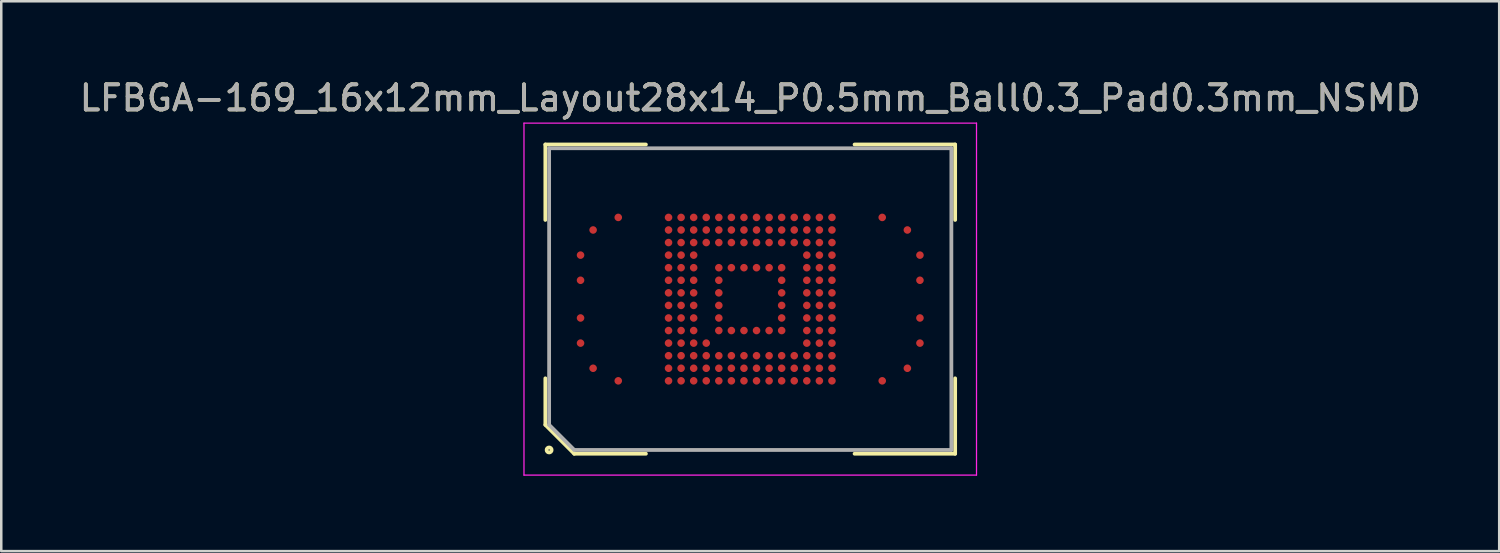
<source format=kicad_pcb>
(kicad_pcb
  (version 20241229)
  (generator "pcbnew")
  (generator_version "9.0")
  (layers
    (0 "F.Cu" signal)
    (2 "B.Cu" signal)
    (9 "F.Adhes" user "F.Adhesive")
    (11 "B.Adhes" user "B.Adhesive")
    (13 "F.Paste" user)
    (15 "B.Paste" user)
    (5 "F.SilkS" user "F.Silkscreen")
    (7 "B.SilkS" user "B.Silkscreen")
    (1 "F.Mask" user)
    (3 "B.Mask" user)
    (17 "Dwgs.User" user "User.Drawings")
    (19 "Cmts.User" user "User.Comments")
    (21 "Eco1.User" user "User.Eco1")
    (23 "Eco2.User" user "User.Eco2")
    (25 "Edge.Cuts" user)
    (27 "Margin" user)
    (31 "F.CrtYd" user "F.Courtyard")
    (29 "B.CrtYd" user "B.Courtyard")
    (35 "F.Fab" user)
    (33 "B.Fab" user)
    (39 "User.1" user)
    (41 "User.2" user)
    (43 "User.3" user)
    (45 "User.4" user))
  (footprint "LFBGA-169_16x12mm_Layout28x14_P0.5mm_Ball0.3_Pad0.3mm_NSMD"
    (layer "F.Cu")
    (at 26.792 8.848)
    (property "Reference" "LFBGA-169_16x12mm_Layout28x14_P0.5mm_Ball0.3_Pad0.3mm_NSMD" (at 0 -8 0) (layer "F.SilkS") (effects (font (size 1 1) (thickness 0.15))))
    (attr smd)
    (fp_line (start -8.15 -6.15) (end -4.15 -6.15) (stroke (width 0.15) (type solid)) (layer "F.SilkS"))
    (fp_line (start -8.15 -3.15) (end -8.15 -6.15) (stroke (width 0.15) (type solid)) (layer "F.SilkS"))
    (fp_line (start -8.15 3.15) (end -8.15 5) (stroke (width 0.15) (type solid)) (layer "F.SilkS"))
    (fp_line (start -8.15 5) (end -7 6.15) (stroke (width 0.15) (type solid)) (layer "F.SilkS"))
    (fp_line (start -7 6.15) (end -4.15 6.15) (stroke (width 0.15) (type solid)) (layer "F.SilkS"))
    (fp_line (start 8.15 -6.15) (end 4.15 -6.15) (stroke (width 0.15) (type solid)) (layer "F.SilkS"))
    (fp_line (start 8.15 -3.15) (end 8.15 -6.15) (stroke (width 0.15) (type solid)) (layer "F.SilkS"))
    (fp_line (start 8.15 3.15) (end 8.15 6.15) (stroke (width 0.15) (type solid)) (layer "F.SilkS"))
    (fp_line (start 8.15 6.15) (end 4.15 6.15) (stroke (width 0.15) (type solid)) (layer "F.SilkS"))
    (fp_circle (center -8 6) (end -8 6.1) (stroke (width 0.15) (type solid)) (fill no) (layer "F.SilkS"))
    (fp_line (start -9 -7) (end 9 -7) (stroke (width 0.05) (type solid)) (layer "F.CrtYd"))
    (fp_line (start -9 7) (end -9 -7) (stroke (width 0.05) (type solid)) (layer "F.CrtYd"))
    (fp_line (start 9 -7) (end 9 7) (stroke (width 0.05) (type solid)) (layer "F.CrtYd"))
    (fp_line (start 9 7) (end -9 7) (stroke (width 0.05) (type solid)) (layer "F.CrtYd"))
    (fp_line (start -8 -6) (end -8 5) (stroke (width 0.15) (type solid)) (layer "F.Fab"))
    (fp_line (start -8 5) (end -7 6) (stroke (width 0.15) (type solid)) (layer "F.Fab"))
    (fp_line (start -7 6) (end 8 6) (stroke (width 0.15) (type solid)) (layer "F.Fab"))
    (fp_line (start 8 -6) (end -8 -6) (stroke (width 0.15) (type solid)) (layer "F.Fab"))
    (fp_line (start 8 6) (end 8 -6) (stroke (width 0.15) (type solid)) (layer "F.Fab"))
    (fp_text user "${REFERENCE}" (at 0 -8 0) (layer "F.Fab") (effects (font (size 1 1) (thickness 0.15))))
    (pad "A4" smd circle (at -6.75 1.75 90) (size 0.3 0.3) (layers "F.Cu" "F.Mask" "F.Paste"))
    (pad "A6" smd circle (at -6.75 0.75 90) (size 0.3 0.3) (layers "F.Cu" "F.Mask" "F.Paste"))
    (pad "A9" smd circle (at -6.75 -0.75 90) (size 0.3 0.3) (layers "F.Cu" "F.Mask" "F.Paste"))
    (pad "A11" smd circle (at -6.75 -1.75 90) (size 0.3 0.3) (layers "F.Cu" "F.Mask" "F.Paste"))
    (pad "AA1" smd circle (at 3.25 3.25 90) (size 0.3 0.3) (layers "F.Cu" "F.Mask" "F.Paste"))
    (pad "AA2" smd circle (at 3.25 2.75 90) (size 0.3 0.3) (layers "F.Cu" "F.Mask" "F.Paste"))
    (pad "AA3" smd circle (at 3.25 2.25 90) (size 0.3 0.3) (layers "F.Cu" "F.Mask" "F.Paste"))
    (pad "AA4" smd circle (at 3.25 1.75 90) (size 0.3 0.3) (layers "F.Cu" "F.Mask" "F.Paste"))
    (pad "AA5" smd circle (at 3.25 1.25 90) (size 0.3 0.3) (layers "F.Cu" "F.Mask" "F.Paste"))
    (pad "AA6" smd circle (at 3.25 0.75 90) (size 0.3 0.3) (layers "F.Cu" "F.Mask" "F.Paste"))
    (pad "AA7" smd circle (at 3.25 0.25 90) (size 0.3 0.3) (layers "F.Cu" "F.Mask" "F.Paste"))
    (pad "AA8" smd circle (at 3.25 -0.25 90) (size 0.3 0.3) (layers "F.Cu" "F.Mask" "F.Paste"))
    (pad "AA9" smd circle (at 3.25 -0.75 90) (size 0.3 0.3) (layers "F.Cu" "F.Mask" "F.Paste"))
    (pad "AA10" smd circle (at 3.25 -1.25 90) (size 0.3 0.3) (layers "F.Cu" "F.Mask" "F.Paste"))
    (pad "AA11" smd circle (at 3.25 -1.75 90) (size 0.3 0.3) (layers "F.Cu" "F.Mask" "F.Paste"))
    (pad "AA12" smd circle (at 3.25 -2.25 90) (size 0.3 0.3) (layers "F.Cu" "F.Mask" "F.Paste"))
    (pad "AA13" smd circle (at 3.25 -2.75 90) (size 0.3 0.3) (layers "F.Cu" "F.Mask" "F.Paste"))
    (pad "AA14" smd circle (at 3.25 -3.25 90) (size 0.3 0.3) (layers "F.Cu" "F.Mask" "F.Paste"))
    (pad "AE1" smd circle (at 5.25 3.25 90) (size 0.3 0.3) (layers "F.Cu" "F.Mask" "F.Paste"))
    (pad "AE14" smd circle (at 5.25 -3.25 90) (size 0.3 0.3) (layers "F.Cu" "F.Mask" "F.Paste"))
    (pad "AG2" smd circle (at 6.25 2.75 90) (size 0.3 0.3) (layers "F.Cu" "F.Mask" "F.Paste"))
    (pad "AG13" smd circle (at 6.25 -2.75 90) (size 0.3 0.3) (layers "F.Cu" "F.Mask" "F.Paste"))
    (pad "AH4" smd circle (at 6.75 1.75 90) (size 0.3 0.3) (layers "F.Cu" "F.Mask" "F.Paste"))
    (pad "AH6" smd circle (at 6.75 0.75 90) (size 0.3 0.3) (layers "F.Cu" "F.Mask" "F.Paste"))
    (pad "AH9" smd circle (at 6.75 -0.75 90) (size 0.3 0.3) (layers "F.Cu" "F.Mask" "F.Paste"))
    (pad "AH11" smd circle (at 6.75 -1.75 90) (size 0.3 0.3) (layers "F.Cu" "F.Mask" "F.Paste"))
    (pad "B2" smd circle (at -6.25 2.75 90) (size 0.3 0.3) (layers "F.Cu" "F.Mask" "F.Paste"))
    (pad "B13" smd circle (at -6.25 -2.75 90) (size 0.3 0.3) (layers "F.Cu" "F.Mask" "F.Paste"))
    (pad "D1" smd circle (at -5.25 3.25 90) (size 0.3 0.3) (layers "F.Cu" "F.Mask" "F.Paste"))
    (pad "D14" smd circle (at -5.25 -3.25 90) (size 0.3 0.3) (layers "F.Cu" "F.Mask" "F.Paste"))
    (pad "H1" smd circle (at -3.25 3.25 90) (size 0.3 0.3) (layers "F.Cu" "F.Mask" "F.Paste"))
    (pad "H2" smd circle (at -3.25 2.75 90) (size 0.3 0.3) (layers "F.Cu" "F.Mask" "F.Paste"))
    (pad "H3" smd circle (at -3.25 2.25 90) (size 0.3 0.3) (layers "F.Cu" "F.Mask" "F.Paste"))
    (pad "H4" smd circle (at -3.25 1.75 90) (size 0.3 0.3) (layers "F.Cu" "F.Mask" "F.Paste"))
    (pad "H5" smd circle (at -3.25 1.25 90) (size 0.3 0.3) (layers "F.Cu" "F.Mask" "F.Paste"))
    (pad "H6" smd circle (at -3.25 0.75 90) (size 0.3 0.3) (layers "F.Cu" "F.Mask" "F.Paste"))
    (pad "H7" smd circle (at -3.25 0.25 90) (size 0.3 0.3) (layers "F.Cu" "F.Mask" "F.Paste"))
    (pad "H8" smd circle (at -3.25 -0.25 90) (size 0.3 0.3) (layers "F.Cu" "F.Mask" "F.Paste"))
    (pad "H9" smd circle (at -3.25 -0.75 90) (size 0.3 0.3) (layers "F.Cu" "F.Mask" "F.Paste"))
    (pad "H10" smd circle (at -3.25 -1.25 90) (size 0.3 0.3) (layers "F.Cu" "F.Mask" "F.Paste"))
    (pad "H11" smd circle (at -3.25 -1.75 90) (size 0.3 0.3) (layers "F.Cu" "F.Mask" "F.Paste"))
    (pad "H12" smd circle (at -3.25 -2.25 90) (size 0.3 0.3) (layers "F.Cu" "F.Mask" "F.Paste"))
    (pad "H13" smd circle (at -3.25 -2.75 90) (size 0.3 0.3) (layers "F.Cu" "F.Mask" "F.Paste"))
    (pad "H14" smd circle (at -3.25 -3.25 90) (size 0.3 0.3) (layers "F.Cu" "F.Mask" "F.Paste"))
    (pad "J1" smd circle (at -2.75 3.25 90) (size 0.3 0.3) (layers "F.Cu" "F.Mask" "F.Paste"))
    (pad "J2" smd circle (at -2.75 2.75 90) (size 0.3 0.3) (layers "F.Cu" "F.Mask" "F.Paste"))
    (pad "J3" smd circle (at -2.75 2.25 90) (size 0.3 0.3) (layers "F.Cu" "F.Mask" "F.Paste"))
    (pad "J4" smd circle (at -2.75 1.75 90) (size 0.3 0.3) (layers "F.Cu" "F.Mask" "F.Paste"))
    (pad "J5" smd circle (at -2.75 1.25 90) (size 0.3 0.3) (layers "F.Cu" "F.Mask" "F.Paste"))
    (pad "J6" smd circle (at -2.75 0.75 90) (size 0.3 0.3) (layers "F.Cu" "F.Mask" "F.Paste"))
    (pad "J7" smd circle (at -2.75 0.25 90) (size 0.3 0.3) (layers "F.Cu" "F.Mask" "F.Paste"))
    (pad "J8" smd circle (at -2.75 -0.25 90) (size 0.3 0.3) (layers "F.Cu" "F.Mask" "F.Paste"))
    (pad "J9" smd circle (at -2.75 -0.75 90) (size 0.3 0.3) (layers "F.Cu" "F.Mask" "F.Paste"))
    (pad "J10" smd circle (at -2.75 -1.25 90) (size 0.3 0.3) (layers "F.Cu" "F.Mask" "F.Paste"))
    (pad "J11" smd circle (at -2.75 -1.75 90) (size 0.3 0.3) (layers "F.Cu" "F.Mask" "F.Paste"))
    (pad "J12" smd circle (at -2.75 -2.25 90) (size 0.3 0.3) (layers "F.Cu" "F.Mask" "F.Paste"))
    (pad "J13" smd circle (at -2.75 -2.75 90) (size 0.3 0.3) (layers "F.Cu" "F.Mask" "F.Paste"))
    (pad "J14" smd circle (at -2.75 -3.25 90) (size 0.3 0.3) (layers "F.Cu" "F.Mask" "F.Paste"))
    (pad "K1" smd circle (at -2.25 3.25 90) (size 0.3 0.3) (layers "F.Cu" "F.Mask" "F.Paste"))
    (pad "K2" smd circle (at -2.25 2.75 90) (size 0.3 0.3) (layers "F.Cu" "F.Mask" "F.Paste"))
    (pad "K3" smd circle (at -2.25 2.25 90) (size 0.3 0.3) (layers "F.Cu" "F.Mask" "F.Paste"))
    (pad "K4" smd circle (at -2.25 1.75 90) (size 0.3 0.3) (layers "F.Cu" "F.Mask" "F.Paste"))
    (pad "K5" smd circle (at -2.25 1.25 90) (size 0.3 0.3) (layers "F.Cu" "F.Mask" "F.Paste"))
    (pad "K6" smd circle (at -2.25 0.75 90) (size 0.3 0.3) (layers "F.Cu" "F.Mask" "F.Paste"))
    (pad "K7" smd circle (at -2.25 0.25 90) (size 0.3 0.3) (layers "F.Cu" "F.Mask" "F.Paste"))
    (pad "K8" smd circle (at -2.25 -0.25 90) (size 0.3 0.3) (layers "F.Cu" "F.Mask" "F.Paste"))
    (pad "K9" smd circle (at -2.25 -0.75 90) (size 0.3 0.3) (layers "F.Cu" "F.Mask" "F.Paste"))
    (pad "K10" smd circle (at -2.25 -1.25 90) (size 0.3 0.3) (layers "F.Cu" "F.Mask" "F.Paste"))
    (pad "K11" smd circle (at -2.25 -1.75 90) (size 0.3 0.3) (layers "F.Cu" "F.Mask" "F.Paste"))
    (pad "K12" smd circle (at -2.25 -2.25 90) (size 0.3 0.3) (layers "F.Cu" "F.Mask" "F.Paste"))
    (pad "K13" smd circle (at -2.25 -2.75 90) (size 0.3 0.3) (layers "F.Cu" "F.Mask" "F.Paste"))
    (pad "K14" smd circle (at -2.25 -3.25 90) (size 0.3 0.3) (layers "F.Cu" "F.Mask" "F.Paste"))
    (pad "L1" smd circle (at -1.75 3.25 90) (size 0.3 0.3) (layers "F.Cu" "F.Mask" "F.Paste"))
    (pad "L2" smd circle (at -1.75 2.75 90) (size 0.3 0.3) (layers "F.Cu" "F.Mask" "F.Paste"))
    (pad "L3" smd circle (at -1.75 2.25 90) (size 0.3 0.3) (layers "F.Cu" "F.Mask" "F.Paste"))
    (pad "L4" smd circle (at -1.75 1.75 90) (size 0.3 0.3) (layers "F.Cu" "F.Mask" "F.Paste"))
    (pad "L12" smd circle (at -1.75 -2.25 90) (size 0.3 0.3) (layers "F.Cu" "F.Mask" "F.Paste"))
    (pad "L13" smd circle (at -1.75 -2.75 90) (size 0.3 0.3) (layers "F.Cu" "F.Mask" "F.Paste"))
    (pad "L14" smd circle (at -1.75 -3.25 90) (size 0.3 0.3) (layers "F.Cu" "F.Mask" "F.Paste"))
    (pad "M1" smd circle (at -1.25 3.25 90) (size 0.3 0.3) (layers "F.Cu" "F.Mask" "F.Paste"))
    (pad "M2" smd circle (at -1.25 2.75 90) (size 0.3 0.3) (layers "F.Cu" "F.Mask" "F.Paste"))
    (pad "M3" smd circle (at -1.25 2.25 90) (size 0.3 0.3) (layers "F.Cu" "F.Mask" "F.Paste"))
    (pad "M5" smd circle (at -1.25 1.25 90) (size 0.3 0.3) (layers "F.Cu" "F.Mask" "F.Paste"))
    (pad "M6" smd circle (at -1.25 0.75 90) (size 0.3 0.3) (layers "F.Cu" "F.Mask" "F.Paste"))
    (pad "M7" smd circle (at -1.25 0.25 90) (size 0.3 0.3) (layers "F.Cu" "F.Mask" "F.Paste"))
    (pad "M8" smd circle (at -1.25 -0.25 90) (size 0.3 0.3) (layers "F.Cu" "F.Mask" "F.Paste"))
    (pad "M9" smd circle (at -1.25 -0.75 90) (size 0.3 0.3) (layers "F.Cu" "F.Mask" "F.Paste"))
    (pad "M10" smd circle (at -1.25 -1.25 90) (size 0.3 0.3) (layers "F.Cu" "F.Mask" "F.Paste"))
    (pad "M12" smd circle (at -1.25 -2.25 90) (size 0.3 0.3) (layers "F.Cu" "F.Mask" "F.Paste"))
    (pad "M13" smd circle (at -1.25 -2.75 90) (size 0.3 0.3) (layers "F.Cu" "F.Mask" "F.Paste"))
    (pad "M14" smd circle (at -1.25 -3.25 90) (size 0.3 0.3) (layers "F.Cu" "F.Mask" "F.Paste"))
    (pad "N1" smd circle (at -0.75 3.25 90) (size 0.3 0.3) (layers "F.Cu" "F.Mask" "F.Paste"))
    (pad "N2" smd circle (at -0.75 2.75 90) (size 0.3 0.3) (layers "F.Cu" "F.Mask" "F.Paste"))
    (pad "N3" smd circle (at -0.75 2.25 90) (size 0.3 0.3) (layers "F.Cu" "F.Mask" "F.Paste"))
    (pad "N5" smd circle (at -0.75 1.25 90) (size 0.3 0.3) (layers "F.Cu" "F.Mask" "F.Paste"))
    (pad "N10" smd circle (at -0.75 -1.25 90) (size 0.3 0.3) (layers "F.Cu" "F.Mask" "F.Paste"))
    (pad "N12" smd circle (at -0.75 -2.25 90) (size 0.3 0.3) (layers "F.Cu" "F.Mask" "F.Paste"))
    (pad "N13" smd circle (at -0.75 -2.75 90) (size 0.3 0.3) (layers "F.Cu" "F.Mask" "F.Paste"))
    (pad "N14" smd circle (at -0.75 -3.25 90) (size 0.3 0.3) (layers "F.Cu" "F.Mask" "F.Paste"))
    (pad "P1" smd circle (at -0.25 3.25 90) (size 0.3 0.3) (layers "F.Cu" "F.Mask" "F.Paste"))
    (pad "P2" smd circle (at -0.25 2.75 90) (size 0.3 0.3) (layers "F.Cu" "F.Mask" "F.Paste"))
    (pad "P3" smd circle (at -0.25 2.25 90) (size 0.3 0.3) (layers "F.Cu" "F.Mask" "F.Paste"))
    (pad "P5" smd circle (at -0.25 1.25 90) (size 0.3 0.3) (layers "F.Cu" "F.Mask" "F.Paste"))
    (pad "P10" smd circle (at -0.25 -1.25 90) (size 0.3 0.3) (layers "F.Cu" "F.Mask" "F.Paste"))
    (pad "P12" smd circle (at -0.25 -2.25 90) (size 0.3 0.3) (layers "F.Cu" "F.Mask" "F.Paste"))
    (pad "P13" smd circle (at -0.25 -2.75 90) (size 0.3 0.3) (layers "F.Cu" "F.Mask" "F.Paste"))
    (pad "P14" smd circle (at -0.25 -3.25 90) (size 0.3 0.3) (layers "F.Cu" "F.Mask" "F.Paste"))
    (pad "R1" smd circle (at 0.25 3.25 90) (size 0.3 0.3) (layers "F.Cu" "F.Mask" "F.Paste"))
    (pad "R2" smd circle (at 0.25 2.75 90) (size 0.3 0.3) (layers "F.Cu" "F.Mask" "F.Paste"))
    (pad "R3" smd circle (at 0.25 2.25 90) (size 0.3 0.3) (layers "F.Cu" "F.Mask" "F.Paste"))
    (pad "R5" smd circle (at 0.25 1.25 90) (size 0.3 0.3) (layers "F.Cu" "F.Mask" "F.Paste"))
    (pad "R10" smd circle (at 0.25 -1.25 90) (size 0.3 0.3) (layers "F.Cu" "F.Mask" "F.Paste"))
    (pad "R12" smd circle (at 0.25 -2.25 90) (size 0.3 0.3) (layers "F.Cu" "F.Mask" "F.Paste"))
    (pad "R13" smd circle (at 0.25 -2.75 90) (size 0.3 0.3) (layers "F.Cu" "F.Mask" "F.Paste"))
    (pad "R14" smd circle (at 0.25 -3.25 90) (size 0.3 0.3) (layers "F.Cu" "F.Mask" "F.Paste"))
    (pad "T1" smd circle (at 0.75 3.25 90) (size 0.3 0.3) (layers "F.Cu" "F.Mask" "F.Paste"))
    (pad "T2" smd circle (at 0.75 2.75 90) (size 0.3 0.3) (layers "F.Cu" "F.Mask" "F.Paste"))
    (pad "T3" smd circle (at 0.75 2.25 90) (size 0.3 0.3) (layers "F.Cu" "F.Mask" "F.Paste"))
    (pad "T5" smd circle (at 0.75 1.25 90) (size 0.3 0.3) (layers "F.Cu" "F.Mask" "F.Paste"))
    (pad "T10" smd circle (at 0.75 -1.25 90) (size 0.3 0.3) (layers "F.Cu" "F.Mask" "F.Paste"))
    (pad "T12" smd circle (at 0.75 -2.25 90) (size 0.3 0.3) (layers "F.Cu" "F.Mask" "F.Paste"))
    (pad "T13" smd circle (at 0.75 -2.75 90) (size 0.3 0.3) (layers "F.Cu" "F.Mask" "F.Paste"))
    (pad "T14" smd circle (at 0.75 -3.25 90) (size 0.3 0.3) (layers "F.Cu" "F.Mask" "F.Paste"))
    (pad "U1" smd circle (at 1.25 3.25 90) (size 0.3 0.3) (layers "F.Cu" "F.Mask" "F.Paste"))
    (pad "U2" smd circle (at 1.25 2.75 90) (size 0.3 0.3) (layers "F.Cu" "F.Mask" "F.Paste"))
    (pad "U3" smd circle (at 1.25 2.25 90) (size 0.3 0.3) (layers "F.Cu" "F.Mask" "F.Paste"))
    (pad "U5" smd circle (at 1.25 1.25 90) (size 0.3 0.3) (layers "F.Cu" "F.Mask" "F.Paste"))
    (pad "U6" smd circle (at 1.25 0.75 90) (size 0.3 0.3) (layers "F.Cu" "F.Mask" "F.Paste"))
    (pad "U7" smd circle (at 1.25 0.25 90) (size 0.3 0.3) (layers "F.Cu" "F.Mask" "F.Paste"))
    (pad "U8" smd circle (at 1.25 -0.25 90) (size 0.3 0.3) (layers "F.Cu" "F.Mask" "F.Paste"))
    (pad "U9" smd circle (at 1.25 -0.75 90) (size 0.3 0.3) (layers "F.Cu" "F.Mask" "F.Paste"))
    (pad "U10" smd circle (at 1.25 -1.25 90) (size 0.3 0.3) (layers "F.Cu" "F.Mask" "F.Paste"))
    (pad "U12" smd circle (at 1.25 -2.25 90) (size 0.3 0.3) (layers "F.Cu" "F.Mask" "F.Paste"))
    (pad "U13" smd circle (at 1.25 -2.75 90) (size 0.3 0.3) (layers "F.Cu" "F.Mask" "F.Paste"))
    (pad "U14" smd circle (at 1.25 -3.25 90) (size 0.3 0.3) (layers "F.Cu" "F.Mask" "F.Paste"))
    (pad "V1" smd circle (at 1.75 3.25 90) (size 0.3 0.3) (layers "F.Cu" "F.Mask" "F.Paste"))
    (pad "V2" smd circle (at 1.75 2.75 90) (size 0.3 0.3) (layers "F.Cu" "F.Mask" "F.Paste"))
    (pad "V3" smd circle (at 1.75 2.25 90) (size 0.3 0.3) (layers "F.Cu" "F.Mask" "F.Paste"))
    (pad "V12" smd circle (at 1.75 -2.25 90) (size 0.3 0.3) (layers "F.Cu" "F.Mask" "F.Paste"))
    (pad "V13" smd circle (at 1.75 -2.75 90) (size 0.3 0.3) (layers "F.Cu" "F.Mask" "F.Paste"))
    (pad "V14" smd circle (at 1.75 -3.25 90) (size 0.3 0.3) (layers "F.Cu" "F.Mask" "F.Paste"))
    (pad "W1" smd circle (at 2.25 3.25 90) (size 0.3 0.3) (layers "F.Cu" "F.Mask" "F.Paste"))
    (pad "W2" smd circle (at 2.25 2.75 90) (size 0.3 0.3) (layers "F.Cu" "F.Mask" "F.Paste"))
    (pad "W3" smd circle (at 2.25 2.25 90) (size 0.3 0.3) (layers "F.Cu" "F.Mask" "F.Paste"))
    (pad "W4" smd circle (at 2.25 1.75 90) (size 0.3 0.3) (layers "F.Cu" "F.Mask" "F.Paste"))
    (pad "W5" smd circle (at 2.25 1.25 90) (size 0.3 0.3) (layers "F.Cu" "F.Mask" "F.Paste"))
    (pad "W6" smd circle (at 2.25 0.75 90) (size 0.3 0.3) (layers "F.Cu" "F.Mask" "F.Paste"))
    (pad "W7" smd circle (at 2.25 0.25 90) (size 0.3 0.3) (layers "F.Cu" "F.Mask" "F.Paste"))
    (pad "W8" smd circle (at 2.25 -0.25 90) (size 0.3 0.3) (layers "F.Cu" "F.Mask" "F.Paste"))
    (pad "W9" smd circle (at 2.25 -0.75 90) (size 0.3 0.3) (layers "F.Cu" "F.Mask" "F.Paste"))
    (pad "W10" smd circle (at 2.25 -1.25 90) (size 0.3 0.3) (layers "F.Cu" "F.Mask" "F.Paste"))
    (pad "W11" smd circle (at 2.25 -1.75 90) (size 0.3 0.3) (layers "F.Cu" "F.Mask" "F.Paste"))
    (pad "W12" smd circle (at 2.25 -2.25 90) (size 0.3 0.3) (layers "F.Cu" "F.Mask" "F.Paste"))
    (pad "W13" smd circle (at 2.25 -2.75 90) (size 0.3 0.3) (layers "F.Cu" "F.Mask" "F.Paste"))
    (pad "W14" smd circle (at 2.25 -3.25 90) (size 0.3 0.3) (layers "F.Cu" "F.Mask" "F.Paste"))
    (pad "Y1" smd circle (at 2.75 3.25 90) (size 0.3 0.3) (layers "F.Cu" "F.Mask" "F.Paste"))
    (pad "Y2" smd circle (at 2.75 2.75 90) (size 0.3 0.3) (layers "F.Cu" "F.Mask" "F.Paste"))
    (pad "Y3" smd circle (at 2.75 2.25 90) (size 0.3 0.3) (layers "F.Cu" "F.Mask" "F.Paste"))
    (pad "Y4" smd circle (at 2.75 1.75 90) (size 0.3 0.3) (layers "F.Cu" "F.Mask" "F.Paste"))
    (pad "Y5" smd circle (at 2.75 1.25 90) (size 0.3 0.3) (layers "F.Cu" "F.Mask" "F.Paste"))
    (pad "Y6" smd circle (at 2.75 0.75 90) (size 0.3 0.3) (layers "F.Cu" "F.Mask" "F.Paste"))
    (pad "Y7" smd circle (at 2.75 0.25 90) (size 0.3 0.3) (layers "F.Cu" "F.Mask" "F.Paste"))
    (pad "Y8" smd circle (at 2.75 -0.25 90) (size 0.3 0.3) (layers "F.Cu" "F.Mask" "F.Paste"))
    (pad "Y9" smd circle (at 2.75 -0.75 90) (size 0.3 0.3) (layers "F.Cu" "F.Mask" "F.Paste"))
    (pad "Y10" smd circle (at 2.75 -1.25 90) (size 0.3 0.3) (layers "F.Cu" "F.Mask" "F.Paste"))
    (pad "Y11" smd circle (at 2.75 -1.75 90) (size 0.3 0.3) (layers "F.Cu" "F.Mask" "F.Paste"))
    (pad "Y12" smd circle (at 2.75 -2.25 90) (size 0.3 0.3) (layers "F.Cu" "F.Mask" "F.Paste"))
    (pad "Y13" smd circle (at 2.75 -2.75 90) (size 0.3 0.3) (layers "F.Cu" "F.Mask" "F.Paste"))
    (pad "Y14" smd circle (at 2.75 -3.25 90) (size 0.3 0.3) (layers "F.Cu" "F.Mask" "F.Paste")))
  (gr_rect
    (start -3 -3)
    (end 56.583 18.873)
    (stroke (width 0.1) (type default))
    (fill no)
    (layer "Edge.Cuts")))
</source>
